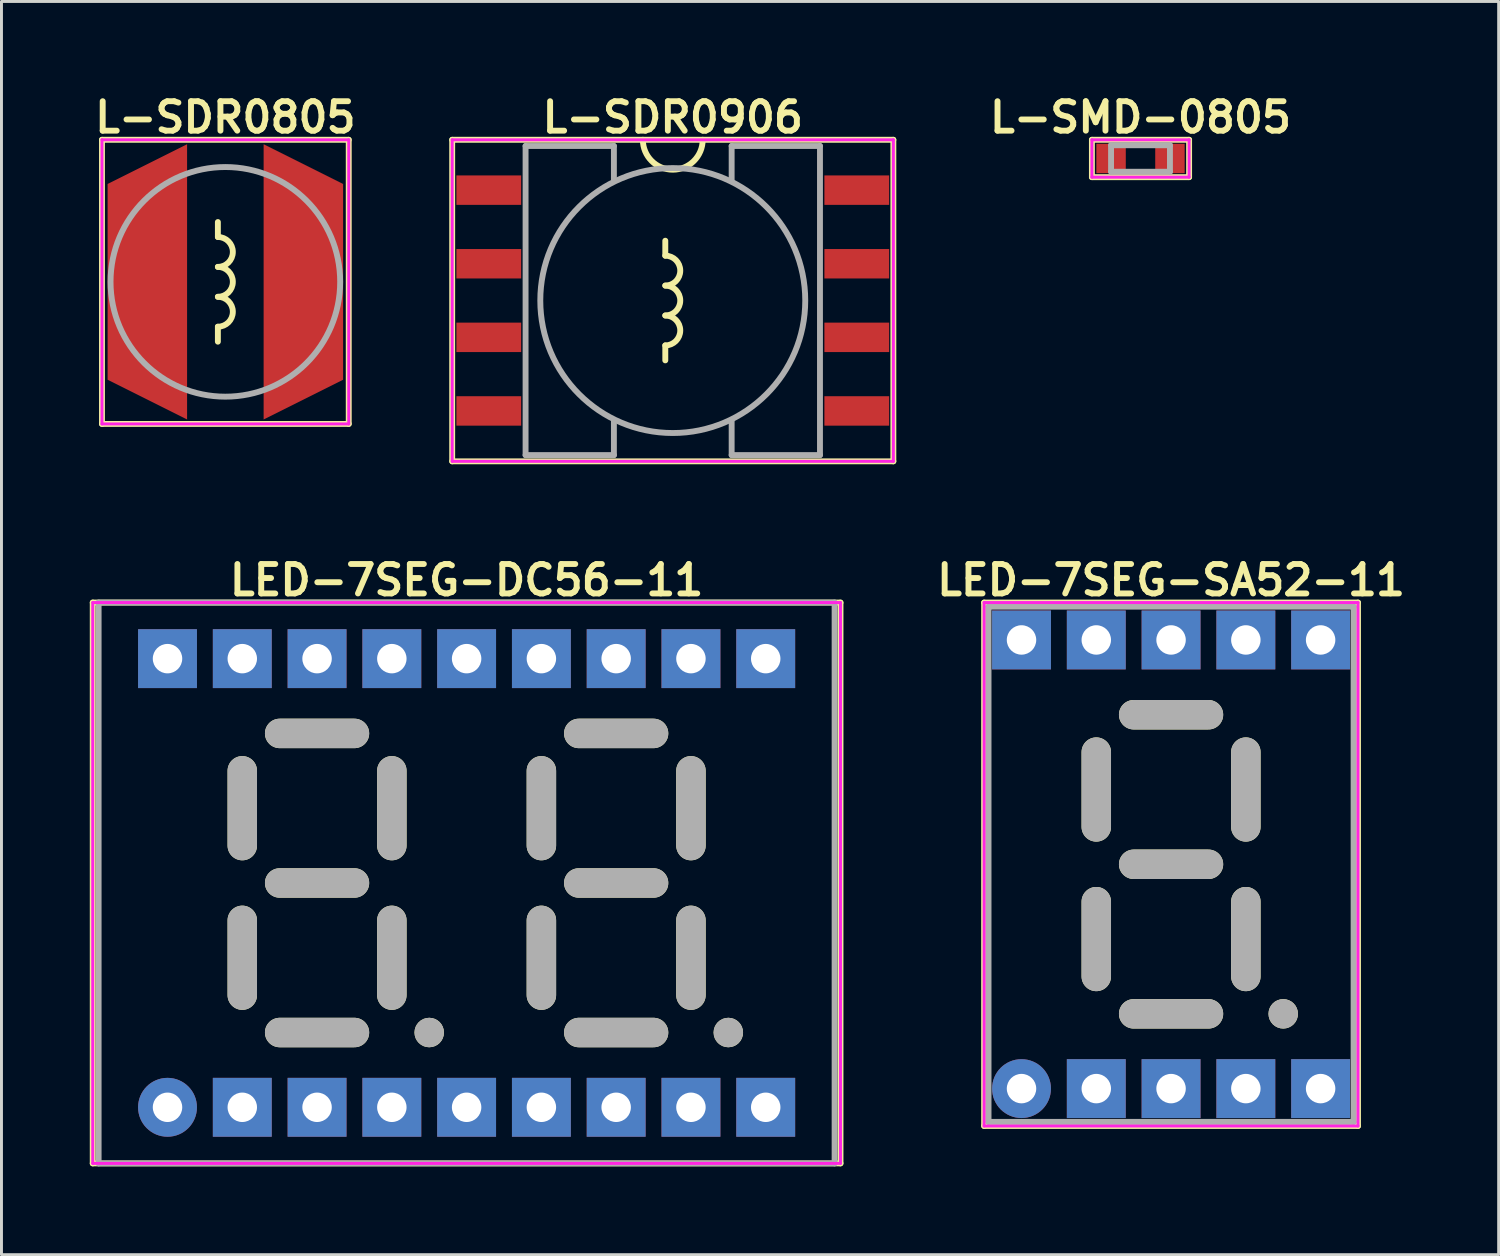
<source format=kicad_pcb>
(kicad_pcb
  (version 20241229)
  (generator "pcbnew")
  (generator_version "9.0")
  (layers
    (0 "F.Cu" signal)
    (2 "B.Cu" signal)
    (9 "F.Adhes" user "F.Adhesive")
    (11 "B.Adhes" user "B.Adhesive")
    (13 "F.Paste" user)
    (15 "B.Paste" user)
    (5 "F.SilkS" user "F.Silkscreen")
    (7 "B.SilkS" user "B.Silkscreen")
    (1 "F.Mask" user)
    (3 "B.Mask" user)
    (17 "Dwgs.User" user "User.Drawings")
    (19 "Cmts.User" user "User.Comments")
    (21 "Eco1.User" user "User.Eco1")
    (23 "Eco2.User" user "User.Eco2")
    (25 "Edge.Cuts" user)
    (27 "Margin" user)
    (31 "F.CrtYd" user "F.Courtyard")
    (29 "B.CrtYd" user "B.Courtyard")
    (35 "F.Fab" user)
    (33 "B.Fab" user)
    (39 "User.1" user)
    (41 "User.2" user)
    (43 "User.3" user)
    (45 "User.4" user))
  (footprint "LED-7SEG-DC56-11"
    (layer "F.Cu")
    (at 12.8 26.943)
    (property "Reference" "LED-7SEG-DC56-11" (at 0 -10.287 0) (layer "F.SilkS") (effects (font (size 1 1) (thickness 0.2))))
    (attr through_hole)
    (fp_line (start -12.7 -9.525) (end -12.7 9.525) (stroke (width 0.2) (type solid)) (layer "F.SilkS"))
    (fp_line (start -12.7 -9.525) (end 12.7 -9.525) (stroke (width 0.2) (type solid)) (layer "F.SilkS"))
    (fp_line (start -12.7 9.525) (end 12.7 9.525) (stroke (width 0.2) (type solid)) (layer "F.SilkS"))
    (fp_line (start -7.62 -3.81) (end -7.62 -1.27) (stroke (width 1) (type solid)) (layer "F.SilkS"))
    (fp_line (start -7.62 1.27) (end -7.62 3.81) (stroke (width 1) (type solid)) (layer "F.SilkS"))
    (fp_line (start -6.35 -5.08) (end -3.81 -5.08) (stroke (width 1) (type solid)) (layer "F.SilkS"))
    (fp_line (start -6.35 0) (end -3.81 0) (stroke (width 1) (type solid)) (layer "F.SilkS"))
    (fp_line (start -6.35 5.08) (end -3.81 5.08) (stroke (width 1) (type solid)) (layer "F.SilkS"))
    (fp_line (start -2.54 -3.81) (end -2.54 -1.27) (stroke (width 1) (type solid)) (layer "F.SilkS"))
    (fp_line (start -2.54 1.27) (end -2.54 3.81) (stroke (width 1) (type solid)) (layer "F.SilkS"))
    (fp_line (start 2.54 -3.81) (end 2.54 -1.27) (stroke (width 1) (type solid)) (layer "F.SilkS"))
    (fp_line (start 2.54 1.27) (end 2.54 3.81) (stroke (width 1) (type solid)) (layer "F.SilkS"))
    (fp_line (start 3.81 -5.08) (end 6.35 -5.08) (stroke (width 1) (type solid)) (layer "F.SilkS"))
    (fp_line (start 3.81 0) (end 6.35 0) (stroke (width 1) (type solid)) (layer "F.SilkS"))
    (fp_line (start 3.81 5.08) (end 6.35 5.08) (stroke (width 1) (type solid)) (layer "F.SilkS"))
    (fp_line (start 7.62 -3.81) (end 7.62 -1.27) (stroke (width 1) (type solid)) (layer "F.SilkS"))
    (fp_line (start 7.62 1.27) (end 7.62 3.81) (stroke (width 1) (type solid)) (layer "F.SilkS"))
    (fp_line (start 12.7 -9.525) (end 12.7 9.525) (stroke (width 0.2) (type solid)) (layer "F.SilkS"))
    (fp_circle (center -1.27 5.08) (end -1.02 5.08) (stroke (width 0.5) (type solid)) (fill no) (layer "F.SilkS"))
    (fp_circle (center 8.89 5.08) (end 9.14 5.08) (stroke (width 0.5) (type solid)) (fill no) (layer "F.SilkS"))
    (fp_line (start -12.7 -9.525) (end -12.7 9.525) (stroke (width 0.1) (type solid)) (layer "F.CrtYd"))
    (fp_line (start -12.7 -9.525) (end 12.7 -9.525) (stroke (width 0.1) (type solid)) (layer "F.CrtYd"))
    (fp_line (start -12.7 9.525) (end 12.7 9.525) (stroke (width 0.1) (type solid)) (layer "F.CrtYd"))
    (fp_line (start 12.7 -9.525) (end 12.7 9.525) (stroke (width 0.1) (type solid)) (layer "F.CrtYd"))
    (fp_line (start -12.5 -9.525) (end -12.5 9.525) (stroke (width 0.2) (type solid)) (layer "F.Fab"))
    (fp_line (start -12.5 -9.525) (end 12.5 -9.525) (stroke (width 0.2) (type solid)) (layer "F.Fab"))
    (fp_line (start -12.5 9.525) (end 12.5 9.525) (stroke (width 0.2) (type solid)) (layer "F.Fab"))
    (fp_line (start -7.62 -3.81) (end -7.62 -1.27) (stroke (width 1) (type solid)) (layer "F.Fab"))
    (fp_line (start -7.62 1.27) (end -7.62 3.81) (stroke (width 1) (type solid)) (layer "F.Fab"))
    (fp_line (start -6.35 -5.08) (end -3.81 -5.08) (stroke (width 1) (type solid)) (layer "F.Fab"))
    (fp_line (start -6.35 0) (end -3.81 0) (stroke (width 1) (type solid)) (layer "F.Fab"))
    (fp_line (start -6.35 5.08) (end -3.81 5.08) (stroke (width 1) (type solid)) (layer "F.Fab"))
    (fp_line (start -2.54 -3.81) (end -2.54 -1.27) (stroke (width 1) (type solid)) (layer "F.Fab"))
    (fp_line (start -2.54 1.27) (end -2.54 3.81) (stroke (width 1) (type solid)) (layer "F.Fab"))
    (fp_line (start 2.54 -3.81) (end 2.54 -1.27) (stroke (width 1) (type solid)) (layer "F.Fab"))
    (fp_line (start 2.54 1.27) (end 2.54 3.81) (stroke (width 1) (type solid)) (layer "F.Fab"))
    (fp_line (start 3.81 -5.08) (end 6.35 -5.08) (stroke (width 1) (type solid)) (layer "F.Fab"))
    (fp_line (start 3.81 0) (end 6.35 0) (stroke (width 1) (type solid)) (layer "F.Fab"))
    (fp_line (start 3.81 5.08) (end 6.35 5.08) (stroke (width 1) (type solid)) (layer "F.Fab"))
    (fp_line (start 7.62 -3.81) (end 7.62 -1.27) (stroke (width 1) (type solid)) (layer "F.Fab"))
    (fp_line (start 7.62 1.27) (end 7.62 3.81) (stroke (width 1) (type solid)) (layer "F.Fab"))
    (fp_line (start 12.5 -9.525) (end 12.5 9.525) (stroke (width 0.2) (type solid)) (layer "F.Fab"))
    (fp_circle (center -1.27 5.08) (end -1.02 5.08) (stroke (width 0.5) (type solid)) (fill no) (layer "F.Fab"))
    (fp_circle (center 8.89 5.08) (end 9.14 5.08) (stroke (width 0.5) (type solid)) (fill no) (layer "F.Fab"))
    (pad "1AA" thru_hole rect (at -5.08 -7.62) (size 2 2) (drill 1) (layers "B.Cu" "B.Mask"))
    (pad "1AB" thru_hole rect (at -2.54 -7.62) (size 2 2) (drill 1) (layers "B.Cu" "B.Mask"))
    (pad "1AC" thru_hole rect (at -5.08 7.62) (size 2 2) (drill 1) (layers "B.Cu" "B.Mask"))
    (pad "1AD" thru_hole rect (at -7.62 7.62) (size 2 2) (drill 1) (layers "B.Cu" "B.Mask"))
    (pad "1AE" thru_hole circle (at -10.16 7.62) (size 2 2) (drill 1) (layers "B.Cu" "B.Mask"))
    (pad "1AF" thru_hole rect (at -10.16 -7.62) (size 2 2) (drill 1) (layers "B.Cu" "B.Mask"))
    (pad "1AG" thru_hole rect (at -7.62 -7.62) (size 2 2) (drill 1) (layers "B.Cu" "B.Mask"))
    (pad "1AH" thru_hole rect (at -2.54 7.62) (size 2 2) (drill 1) (layers "B.Cu" "B.Mask"))
    (pad "1C" thru_hole rect (at 0 -7.62) (size 2 2) (drill 1) (layers "B.Cu" "B.Mask"))
    (pad "2AA" thru_hole rect (at 7.62 -7.62) (size 2 2) (drill 1) (layers "B.Cu" "B.Mask"))
    (pad "2AB" thru_hole rect (at 10.16 -7.62) (size 2 2) (drill 1) (layers "B.Cu" "B.Mask"))
    (pad "2AC" thru_hole rect (at 7.62 7.62) (size 2 2) (drill 1) (layers "B.Cu" "B.Mask"))
    (pad "2AD" thru_hole rect (at 2.54 7.62) (size 2 2) (drill 1) (layers "B.Cu" "B.Mask"))
    (pad "2AE" thru_hole rect (at 0 7.62) (size 2 2) (drill 1) (layers "B.Cu" "B.Mask"))
    (pad "2AF" thru_hole rect (at 5.08 -7.62) (size 2 2) (drill 1) (layers "B.Cu" "B.Mask"))
    (pad "2AG" thru_hole rect (at 5.08 7.62) (size 2 2) (drill 1) (layers "B.Cu" "B.Mask"))
    (pad "2AH" thru_hole rect (at 10.16 7.62) (size 2 2) (drill 1) (layers "B.Cu" "B.Mask"))
    (pad "2C" thru_hole rect (at 2.54 -7.62) (size 2 2) (drill 1) (layers "B.Cu" "B.Mask")))
  (footprint "L-SDR0805"
    (layer "F.Cu")
    (at 4.605 6.524)
    (property "Reference" "L-SDR0805" (at 0 -5.588 0) (layer "F.SilkS") (effects (font (size 1 1) (thickness 0.2))))
    (attr through_hole)
    (fp_line (start -4.191 -4.826) (end -4.191 4.826) (stroke (width 0.2) (type solid)) (layer "F.SilkS"))
    (fp_line (start -4.191 -4.826) (end 4.191 -4.826) (stroke (width 0.2) (type solid)) (layer "F.SilkS"))
    (fp_line (start -4.191 4.826) (end 4.191 4.826) (stroke (width 0.2) (type solid)) (layer "F.SilkS"))
    (fp_line (start -0.254 -1.524) (end -0.254 -2.032) (stroke (width 0.2) (type solid)) (layer "F.SilkS"))
    (fp_line (start -0.254 1.524) (end -0.254 2.032) (stroke (width 0.2) (type solid)) (layer "F.SilkS"))
    (fp_line (start 4.191 -4.826) (end 4.191 4.826) (stroke (width 0.2) (type solid)) (layer "F.SilkS"))
    (fp_arc (start -0.254 -1.524) (mid 0.254 -1.016) (end -0.254 -0.508) (stroke (width 0.2) (type solid)) (layer "F.SilkS"))
    (fp_arc (start -0.254 -0.508) (mid 0.254 0) (end -0.254 0.508) (stroke (width 0.2) (type solid)) (layer "F.SilkS"))
    (fp_arc (start -0.254 0.508) (mid 0.254 1.016) (end -0.254 1.524) (stroke (width 0.2) (type solid)) (layer "F.SilkS"))
    (fp_line (start -4.191 -4.826) (end 4.191 -4.826) (stroke (width 0.1) (type solid)) (layer "F.CrtYd"))
    (fp_line (start -4.191 4.826) (end -4.191 -4.826) (stroke (width 0.1) (type solid)) (layer "F.CrtYd"))
    (fp_line (start 4.191 -4.826) (end 4.191 4.826) (stroke (width 0.1) (type solid)) (layer "F.CrtYd"))
    (fp_line (start 4.191 4.826) (end -4.191 4.826) (stroke (width 0.1) (type solid)) (layer "F.CrtYd"))
    (fp_circle (center 0 0) (end 3.9 0) (stroke (width 0.2) (type solid)) (fill no) (layer "F.Fab"))
    (pad "1" smd trapezoid (at -2.65 0) (size 2.7 8) (rect_delta -1.35 0) (layers "F.Cu" "F.Mask"))
    (pad "2" smd trapezoid (at 2.65 0) (size 2.7 8) (rect_delta 1.35 0) (layers "F.Cu" "F.Mask")))
  (footprint "L-SMD-0805"
    (layer "F.Cu")
    (at 35.691 2.333)
    (property "Reference" "L-SMD-0805" (at 0 -1.397 0) (layer "F.SilkS") (effects (font (size 1 1) (thickness 0.2))))
    (attr through_hole)
    (fp_line (start -1.651 -0.635) (end 1.651 -0.635) (stroke (width 0.2) (type solid)) (layer "F.SilkS"))
    (fp_line (start -1.651 0.635) (end -1.651 -0.635) (stroke (width 0.2) (type solid)) (layer "F.SilkS"))
    (fp_line (start -1.651 0.635) (end 1.651 0.635) (stroke (width 0.2) (type solid)) (layer "F.SilkS"))
    (fp_line (start 1.651 -0.635) (end 1.651 0.635) (stroke (width 0.2) (type solid)) (layer "F.SilkS"))
    (fp_line (start -1.651 -0.635) (end 1.651 -0.635) (stroke (width 0.1) (type solid)) (layer "F.CrtYd"))
    (fp_line (start -1.651 0.635) (end -1.651 -0.635) (stroke (width 0.1) (type solid)) (layer "F.CrtYd"))
    (fp_line (start 1.651 -0.635) (end 1.651 0.635) (stroke (width 0.1) (type solid)) (layer "F.CrtYd"))
    (fp_line (start 1.651 0.635) (end -1.651 0.635) (stroke (width 0.1) (type solid)) (layer "F.CrtYd"))
    (fp_line (start -1 -0.45) (end -1 0.45) (stroke (width 0.2) (type solid)) (layer "F.Fab"))
    (fp_line (start -1 -0.45) (end 1 -0.45) (stroke (width 0.2) (type solid)) (layer "F.Fab"))
    (fp_line (start -1 0.45) (end 1 0.45) (stroke (width 0.2) (type solid)) (layer "F.Fab"))
    (fp_line (start 1 -0.45) (end 1 0.45) (stroke (width 0.2) (type solid)) (layer "F.Fab"))
    (pad "1" smd rect (at -1 0) (size 1 1) (layers "F.Cu" "F.Mask"))
    (pad "2" smd rect (at 1 0) (size 1 1) (layers "F.Cu" "F.Mask")))
  (footprint "L-SDR0906"
    (layer "F.Cu")
    (at 19.803 7.159)
    (property "Reference" "L-SDR0906" (at 0 -6.223 0) (layer "F.SilkS") (effects (font (size 1 1) (thickness 0.2))))
    (attr through_hole)
    (fp_line (start -7.493 -5.461) (end -7.493 5.461) (stroke (width 0.2) (type solid)) (layer "F.SilkS"))
    (fp_line (start -7.493 -5.461) (end 7.493 -5.461) (stroke (width 0.2) (type solid)) (layer "F.SilkS"))
    (fp_line (start -7.493 5.461) (end 7.493 5.461) (stroke (width 0.2) (type solid)) (layer "F.SilkS"))
    (fp_line (start -0.254 -1.524) (end -0.254 -2.032) (stroke (width 0.2) (type solid)) (layer "F.SilkS"))
    (fp_line (start -0.254 2.032) (end -0.254 1.524) (stroke (width 0.2) (type solid)) (layer "F.SilkS"))
    (fp_line (start 7.493 -5.461) (end 7.493 5.461) (stroke (width 0.2) (type solid)) (layer "F.SilkS"))
    (fp_arc (start -0.254 -1.524) (mid 0.254 -1.016) (end -0.254 -0.508) (stroke (width 0.2) (type solid)) (layer "F.SilkS"))
    (fp_arc (start -0.254 -0.508) (mid 0.254 0) (end -0.254 0.508) (stroke (width 0.2) (type solid)) (layer "F.SilkS"))
    (fp_arc (start -0.254 0.508) (mid 0.254 1.016) (end -0.254 1.524) (stroke (width 0.2) (type solid)) (layer "F.SilkS"))
    (fp_arc (start 1.016 -5.461) (mid 0 -4.445) (end -1.016 -5.461) (stroke (width 0.2) (type solid)) (layer "F.SilkS"))
    (fp_line (start -7.493 -5.461) (end 7.493 -5.461) (stroke (width 0.1) (type solid)) (layer "F.CrtYd"))
    (fp_line (start -7.493 5.461) (end -7.493 -5.461) (stroke (width 0.1) (type solid)) (layer "F.CrtYd"))
    (fp_line (start 7.493 -5.461) (end 7.493 5.461) (stroke (width 0.1) (type solid)) (layer "F.CrtYd"))
    (fp_line (start 7.493 5.461) (end -7.493 5.461) (stroke (width 0.1) (type solid)) (layer "F.CrtYd"))
    (fp_line (start -5 -5.25) (end -5 5.25) (stroke (width 0.2) (type solid)) (layer "F.Fab"))
    (fp_line (start -5 -5.25) (end -2 -5.25) (stroke (width 0.2) (type solid)) (layer "F.Fab"))
    (fp_line (start -5 5.25) (end -2 5.25) (stroke (width 0.2) (type solid)) (layer "F.Fab"))
    (fp_line (start -2 -5.25) (end -2 -4.1) (stroke (width 0.2) (type solid)) (layer "F.Fab"))
    (fp_line (start -2 4.1) (end -2 5.25) (stroke (width 0.2) (type solid)) (layer "F.Fab"))
    (fp_line (start 2 -5.25) (end 2 -4.1) (stroke (width 0.2) (type solid)) (layer "F.Fab"))
    (fp_line (start 2 -5.25) (end 5 -5.25) (stroke (width 0.2) (type solid)) (layer "F.Fab"))
    (fp_line (start 2 4.1) (end 2 5.25) (stroke (width 0.2) (type solid)) (layer "F.Fab"))
    (fp_line (start 2 5.25) (end 5 5.25) (stroke (width 0.2) (type solid)) (layer "F.Fab"))
    (fp_line (start 5 -5.25) (end 5 5.25) (stroke (width 0.2) (type solid)) (layer "F.Fab"))
    (fp_circle (center 0 0) (end 4.5 0) (stroke (width 0.2) (type solid)) (fill no) (layer "F.Fab"))
    (pad "1" smd rect (at -6.25 -3.75) (size 2.2 1) (layers "F.Cu" "F.Mask" "F.Paste"))
    (pad "2" smd rect (at -6.25 -1.25) (size 2.2 1) (layers "F.Cu" "F.Mask" "F.Paste"))
    (pad "3" smd rect (at -6.25 1.25) (size 2.2 1) (layers "F.Cu" "F.Mask" "F.Paste"))
    (pad "4" smd rect (at -6.25 3.75) (size 2.2 1) (layers "F.Cu" "F.Mask" "F.Paste"))
    (pad "5" smd rect (at 6.25 3.75) (size 2.2 1) (layers "F.Cu" "F.Mask" "F.Paste"))
    (pad "6" smd rect (at 6.25 1.25) (size 2.2 1) (layers "F.Cu" "F.Mask" "F.Paste"))
    (pad "7" smd rect (at 6.25 -1.25) (size 2.2 1) (layers "F.Cu" "F.Mask" "F.Paste"))
    (pad "8" smd rect (at 6.25 -3.75) (size 2.2 1) (layers "F.Cu" "F.Mask" "F.Paste")))
  (footprint "LED-7SEG-SA52-11"
    (layer "F.Cu")
    (at 36.729 26.308)
    (property "Reference" "LED-7SEG-SA52-11" (at 0 -9.652 0) (layer "F.SilkS") (effects (font (size 1 1) (thickness 0.2))))
    (attr through_hole)
    (fp_line (start -6.35 -8.89) (end -6.35 8.89) (stroke (width 0.2) (type solid)) (layer "F.SilkS"))
    (fp_line (start -6.35 -8.89) (end 6.35 -8.89) (stroke (width 0.2) (type solid)) (layer "F.SilkS"))
    (fp_line (start -6.35 8.89) (end 6.35 8.89) (stroke (width 0.2) (type solid)) (layer "F.SilkS"))
    (fp_line (start -2.54 -3.81) (end -2.54 -1.27) (stroke (width 1) (type solid)) (layer "F.SilkS"))
    (fp_line (start -2.54 1.27) (end -2.54 3.81) (stroke (width 1) (type solid)) (layer "F.SilkS"))
    (fp_line (start -1.27 -5.08) (end 1.27 -5.08) (stroke (width 1) (type solid)) (layer "F.SilkS"))
    (fp_line (start -1.27 0) (end 1.27 0) (stroke (width 1) (type solid)) (layer "F.SilkS"))
    (fp_line (start -1.27 5.08) (end 1.27 5.08) (stroke (width 1) (type solid)) (layer "F.SilkS"))
    (fp_line (start 2.54 -3.81) (end 2.54 -1.27) (stroke (width 1) (type solid)) (layer "F.SilkS"))
    (fp_line (start 2.54 1.27) (end 2.54 3.81) (stroke (width 1) (type solid)) (layer "F.SilkS"))
    (fp_line (start 6.35 -8.89) (end 6.35 8.89) (stroke (width 0.2) (type solid)) (layer "F.SilkS"))
    (fp_circle (center 3.81 5.08) (end 4.06 5.08) (stroke (width 0.5) (type solid)) (fill no) (layer "F.SilkS"))
    (fp_line (start -6.35 -8.89) (end -6.35 8.89) (stroke (width 0.1) (type solid)) (layer "F.CrtYd"))
    (fp_line (start -6.35 -8.89) (end 6.35 -8.89) (stroke (width 0.1) (type solid)) (layer "F.CrtYd"))
    (fp_line (start -6.35 8.89) (end 6.35 8.89) (stroke (width 0.1) (type solid)) (layer "F.CrtYd"))
    (fp_line (start 6.35 -8.89) (end 6.35 8.89) (stroke (width 0.1) (type solid)) (layer "F.CrtYd"))
    (fp_line (start -6.2 -8.75) (end -6.2 8.75) (stroke (width 0.2) (type solid)) (layer "F.Fab"))
    (fp_line (start -6.2 -8.75) (end 6.2 -8.75) (stroke (width 0.2) (type solid)) (layer "F.Fab"))
    (fp_line (start -6.2 8.75) (end 6.2 8.75) (stroke (width 0.2) (type solid)) (layer "F.Fab"))
    (fp_line (start -2.54 -3.81) (end -2.54 -1.27) (stroke (width 1) (type solid)) (layer "F.Fab"))
    (fp_line (start -2.54 1.27) (end -2.54 3.81) (stroke (width 1) (type solid)) (layer "F.Fab"))
    (fp_line (start -1.27 -5.08) (end 1.27 -5.08) (stroke (width 1) (type solid)) (layer "F.Fab"))
    (fp_line (start -1.27 0) (end 1.27 0) (stroke (width 1) (type solid)) (layer "F.Fab"))
    (fp_line (start -1.27 5.08) (end 1.27 5.08) (stroke (width 1) (type solid)) (layer "F.Fab"))
    (fp_line (start 2.54 -3.81) (end 2.54 -1.27) (stroke (width 1) (type solid)) (layer "F.Fab"))
    (fp_line (start 2.54 1.27) (end 2.54 3.81) (stroke (width 1) (type solid)) (layer "F.Fab"))
    (fp_line (start 6.2 -8.75) (end 6.2 8.75) (stroke (width 0.2) (type solid)) (layer "F.Fab"))
    (fp_circle (center 3.81 5.08) (end 4.06 5.08) (stroke (width 0.5) (type solid)) (fill no) (layer "F.Fab"))
    (pad "A" thru_hole rect (at 0 -7.62) (size 2 2) (drill 1) (layers "B.Cu" "B.Mask"))
    (pad "A" thru_hole rect (at 0 7.62) (size 2 2) (drill 1) (layers "B.Cu" "B.Mask"))
    (pad "CA" thru_hole rect (at 2.54 -7.62) (size 2 2) (drill 1) (layers "B.Cu" "B.Mask"))
    (pad "CB" thru_hole rect (at 5.08 -7.62) (size 2 2) (drill 1) (layers "B.Cu" "B.Mask"))
    (pad "CC" thru_hole rect (at 2.54 7.62) (size 2 2) (drill 1) (layers "B.Cu" "B.Mask"))
    (pad "CD" thru_hole rect (at -2.54 7.62) (size 2 2) (drill 1) (layers "B.Cu" "B.Mask"))
    (pad "CE" thru_hole circle (at -5.08 7.62) (size 2 2) (drill 1) (layers "B.Cu" "B.Mask"))
    (pad "CF" thru_hole rect (at -2.54 -7.62) (size 2 2) (drill 1) (layers "B.Cu" "B.Mask"))
    (pad "CG" thru_hole rect (at -5.08 -7.62) (size 2 2) (drill 1) (layers "B.Cu" "B.Mask"))
    (pad "CH" thru_hole rect (at 5.08 7.62) (size 2 2) (drill 1) (layers "B.Cu" "B.Mask")))
  (gr_rect
    (start -3 -3)
    (end 47.857 39.568)
    (stroke (width 0.1) (type default))
    (fill no)
    (layer "Edge.Cuts")))
</source>
